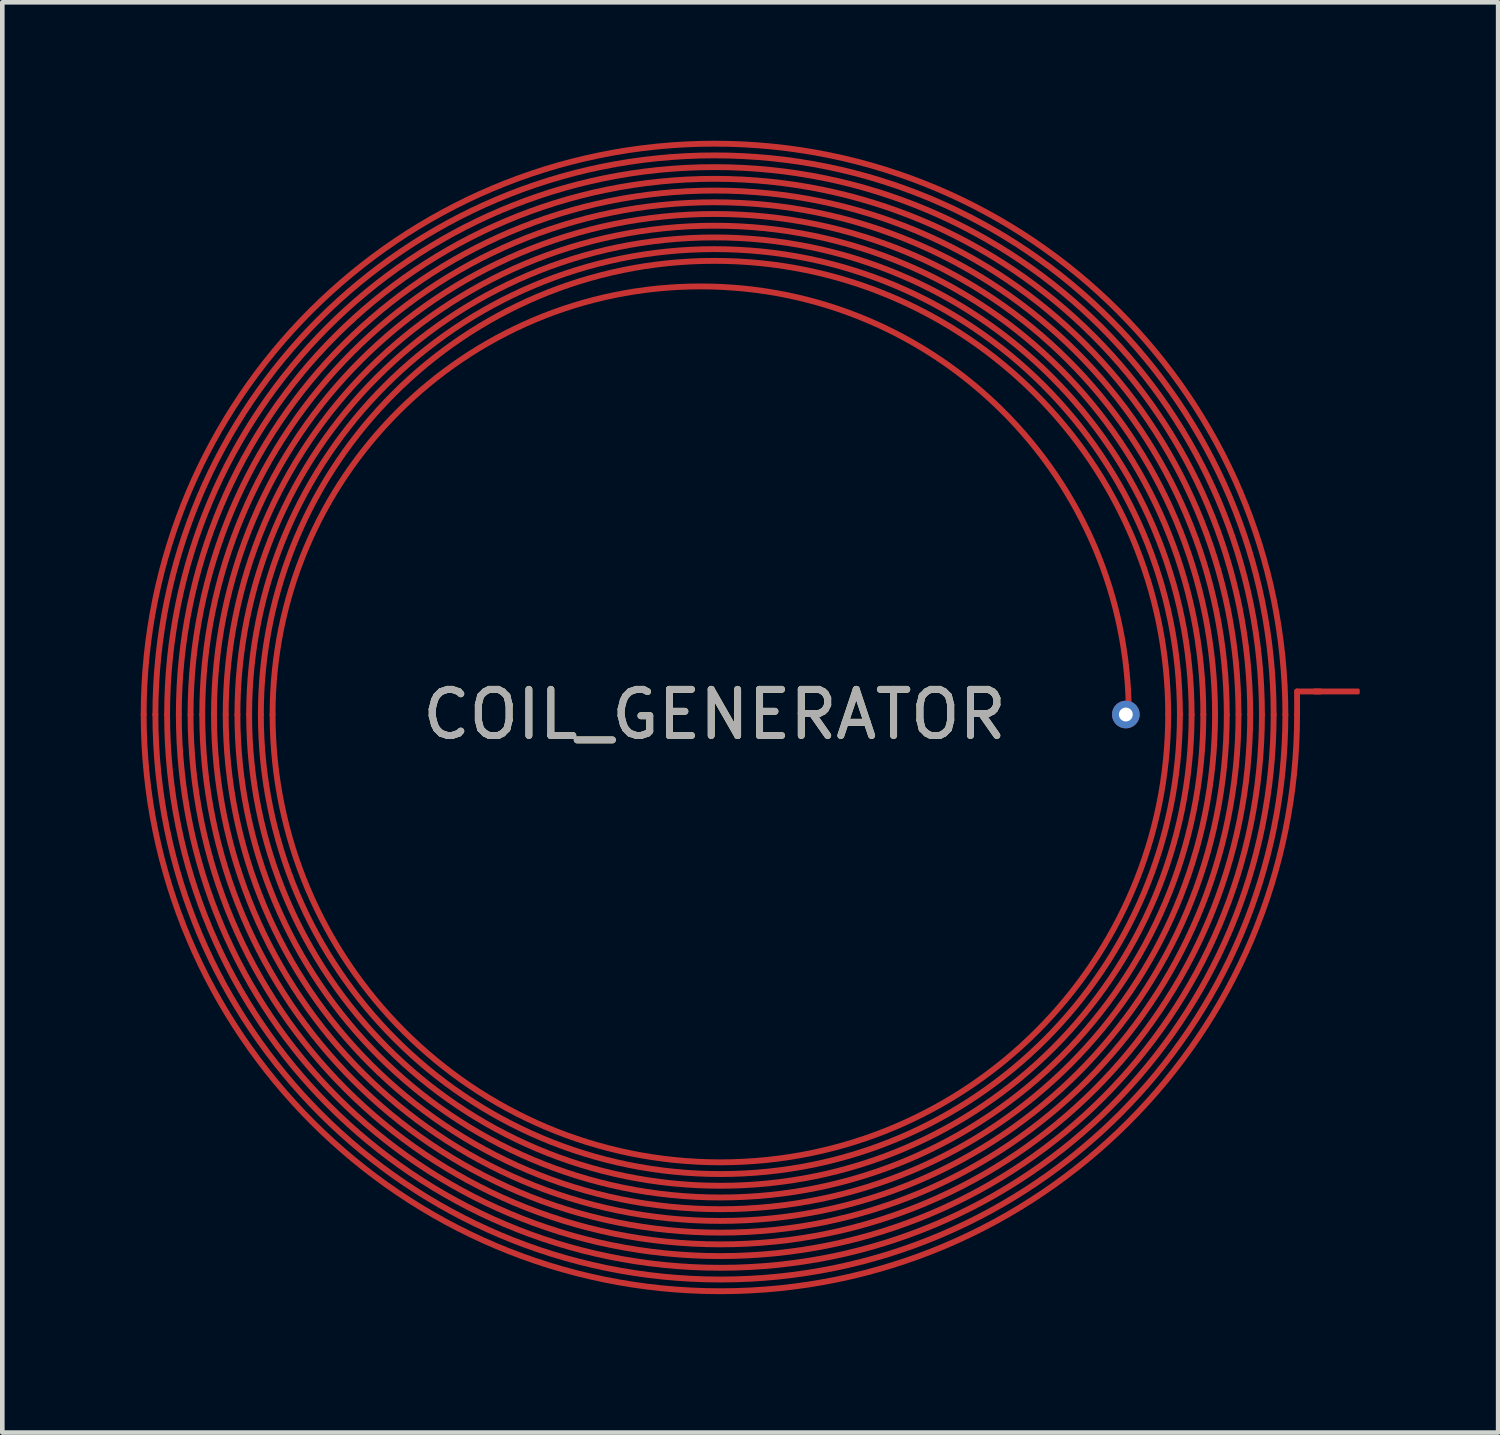
<source format=kicad_pcb>
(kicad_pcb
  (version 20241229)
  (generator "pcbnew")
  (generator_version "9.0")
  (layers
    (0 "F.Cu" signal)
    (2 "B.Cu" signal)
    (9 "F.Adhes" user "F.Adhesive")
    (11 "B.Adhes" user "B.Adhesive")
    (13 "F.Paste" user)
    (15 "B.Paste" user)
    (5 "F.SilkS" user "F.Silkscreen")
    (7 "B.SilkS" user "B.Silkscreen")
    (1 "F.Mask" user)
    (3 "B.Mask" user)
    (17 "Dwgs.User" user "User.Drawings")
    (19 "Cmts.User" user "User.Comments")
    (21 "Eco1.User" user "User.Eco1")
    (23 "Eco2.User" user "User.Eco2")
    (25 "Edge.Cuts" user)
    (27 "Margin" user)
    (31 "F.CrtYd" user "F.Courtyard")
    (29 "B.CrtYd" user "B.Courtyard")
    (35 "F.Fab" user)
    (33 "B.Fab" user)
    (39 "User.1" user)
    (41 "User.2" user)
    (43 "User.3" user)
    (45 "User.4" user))
  (footprint "COIL_GENERATOR"
    (layer "F.Cu")
    (at 12.437 12.437)
    (property "Reference" "COIL_GENERATOR" (at 0 0 0) (unlocked yes) (layer "F.SilkS") (effects (font (size 1 1) (thickness 0.15))))
    (attr smd)
    (fp_line (start 12.627 -0.5) (end 13.127 -0.5) (stroke (width 0.127) (type solid)) (layer "F.Cu"))
    (fp_line (start 12.627 0) (end 12.627 -0.5) (stroke (width 0.127) (type solid)) (layer "F.Cu"))
    (fp_arc (start -12.373 0) (mid 0 -12.373) (end 12.373 0) (stroke (width 0.127) (type solid)) (layer "F.Cu"))
    (fp_arc (start -12.119 0) (mid 0 -12.119) (end 12.119 0) (stroke (width 0.127) (type solid)) (layer "F.Cu"))
    (fp_arc (start -11.865 0) (mid 0 -11.865) (end 11.865 0) (stroke (width 0.127) (type solid)) (layer "F.Cu"))
    (fp_arc (start -11.611 0) (mid 0 -11.611) (end 11.611 0) (stroke (width 0.127) (type solid)) (layer "F.Cu"))
    (fp_arc (start -11.357 0) (mid 0 -11.357) (end 11.357 0) (stroke (width 0.127) (type solid)) (layer "F.Cu"))
    (fp_arc (start -11.103 0) (mid 0 -11.103) (end 11.103 0) (stroke (width 0.127) (type solid)) (layer "F.Cu"))
    (fp_arc (start -10.849 0) (mid 0 -10.849) (end 10.849 0) (stroke (width 0.127) (type solid)) (layer "F.Cu"))
    (fp_arc (start -10.595 0) (mid 0 -10.595) (end 10.595 0) (stroke (width 0.127) (type solid)) (layer "F.Cu"))
    (fp_arc (start -10.341 0) (mid 0 -10.341) (end 10.341 0) (stroke (width 0.127) (type solid)) (layer "F.Cu"))
    (fp_arc (start -10.087 0) (mid 0 -10.087) (end 10.087 0) (stroke (width 0.127) (type solid)) (layer "F.Cu"))
    (fp_arc (start -9.833 0) (mid 0 -9.833) (end 9.833 0) (stroke (width 0.127) (type solid)) (layer "F.Cu"))
    (fp_arc (start -9.579 0) (mid -0.6 -9.279) (end 8.979 0) (stroke (width 0.127) (type solid)) (layer "F.Cu"))
    (fp_arc (start 9.833 0) (mid -0.127 9.706) (end -9.579 0) (stroke (width 0.127) (type solid)) (layer "F.Cu"))
    (fp_arc (start 10.087 0) (mid 0.127 9.96) (end -9.833 0) (stroke (width 0.127) (type solid)) (layer "F.Cu"))
    (fp_arc (start 10.341 0) (mid 0.127 10.214) (end -10.087 0) (stroke (width 0.127) (type solid)) (layer "F.Cu"))
    (fp_arc (start 10.595 0) (mid 0.127 10.468) (end -10.341 0) (stroke (width 0.127) (type solid)) (layer "F.Cu"))
    (fp_arc (start 10.849 0) (mid 0.127 10.722) (end -10.595 0) (stroke (width 0.127) (type solid)) (layer "F.Cu"))
    (fp_arc (start 11.103 0) (mid 0.127 10.976) (end -10.849 0) (stroke (width 0.127) (type solid)) (layer "F.Cu"))
    (fp_arc (start 11.357 0) (mid 0.127 11.23) (end -11.103 0) (stroke (width 0.127) (type solid)) (layer "F.Cu"))
    (fp_arc (start 11.611 0) (mid 0.127 11.484) (end -11.357 0) (stroke (width 0.127) (type solid)) (layer "F.Cu"))
    (fp_arc (start 11.865 0) (mid 0.127 11.738) (end -11.611 0) (stroke (width 0.127) (type solid)) (layer "F.Cu"))
    (fp_arc (start 12.119 0) (mid 0.127 11.992) (end -11.865 0) (stroke (width 0.127) (type solid)) (layer "F.Cu"))
    (fp_arc (start 12.373 0) (mid 0.127 12.246) (end -12.119 0) (stroke (width 0.127) (type solid)) (layer "F.Cu"))
    (fp_arc (start 12.627 0) (mid 0.127 12.5) (end -12.373 0) (stroke (width 0.127) (type solid)) (layer "F.Cu"))
    (fp_text user "${REFERENCE}" (at 0 0 0) (unlocked yes) (layer "F.Fab") (effects (font (size 1 1) (thickness 0.15))))
    (pad "" thru_hole circle (at 8.915 0) (size 0.6 0.6) (drill 0.3) (layers "*.Cu" "*.Mask"))
    (pad "1" smd roundrect (at 13.477 -0.5) (size 1.016 0.127) (layers "F.Cu") (roundrect_rratio 0.25)))
  (gr_rect
    (start -3 -3)
    (end 29.422 28)
    (stroke (width 0.1) (type default))
    (fill no)
    (layer "Edge.Cuts")))
</source>
